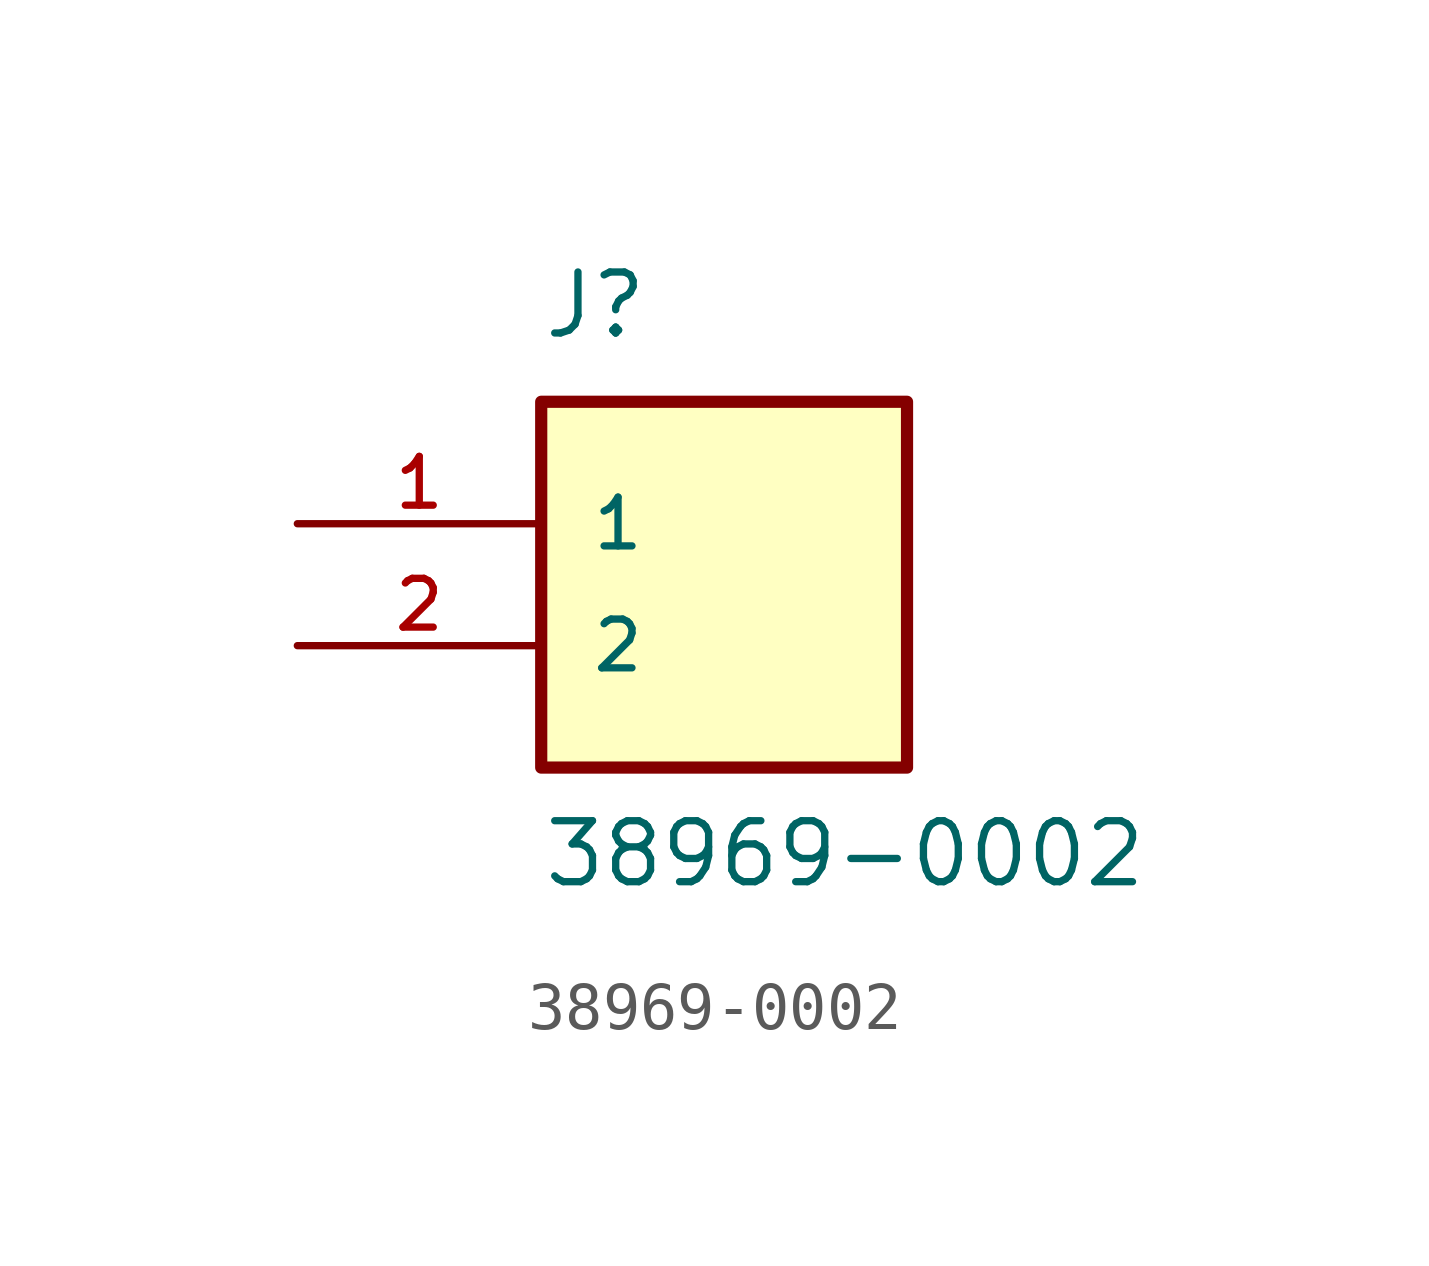
<source format=kicad_sym>
(kicad_symbol_lib
  (version 20211014)
  (generator kicad_symbol_editor)
  (symbol "38969-0002"
    (pin_names
      (offset 1.016))
    (property "Reference" "J"
      (at -2.54 3.81 0)
      (effects (font (size 1.27 1.27)) (justify bottom left)))
    (property "Value" "38969-0002"
      (at -2.54 -7.62 0)
      (effects (font (size 1.27 1.27)) (justify bottom left)))
    (symbol "38969-0002_0_0"
      (rectangle (start -2.54 -5.08) (end 5.08 2.54) (stroke (width 0.254)) (fill (type background)))
      (pin passive line (at -7.62 0.0 0) (length 5.08) (name "1" (effects (font (size 1.016 1.016)))) (number "1" (effects (font (size 1.016 1.016)))))
      (pin passive line (at -7.62 -2.54 0) (length 5.08) (name "2" (effects (font (size 1.016 1.016)))) (number "2" (effects (font (size 1.016 1.016))))))))
</source>
